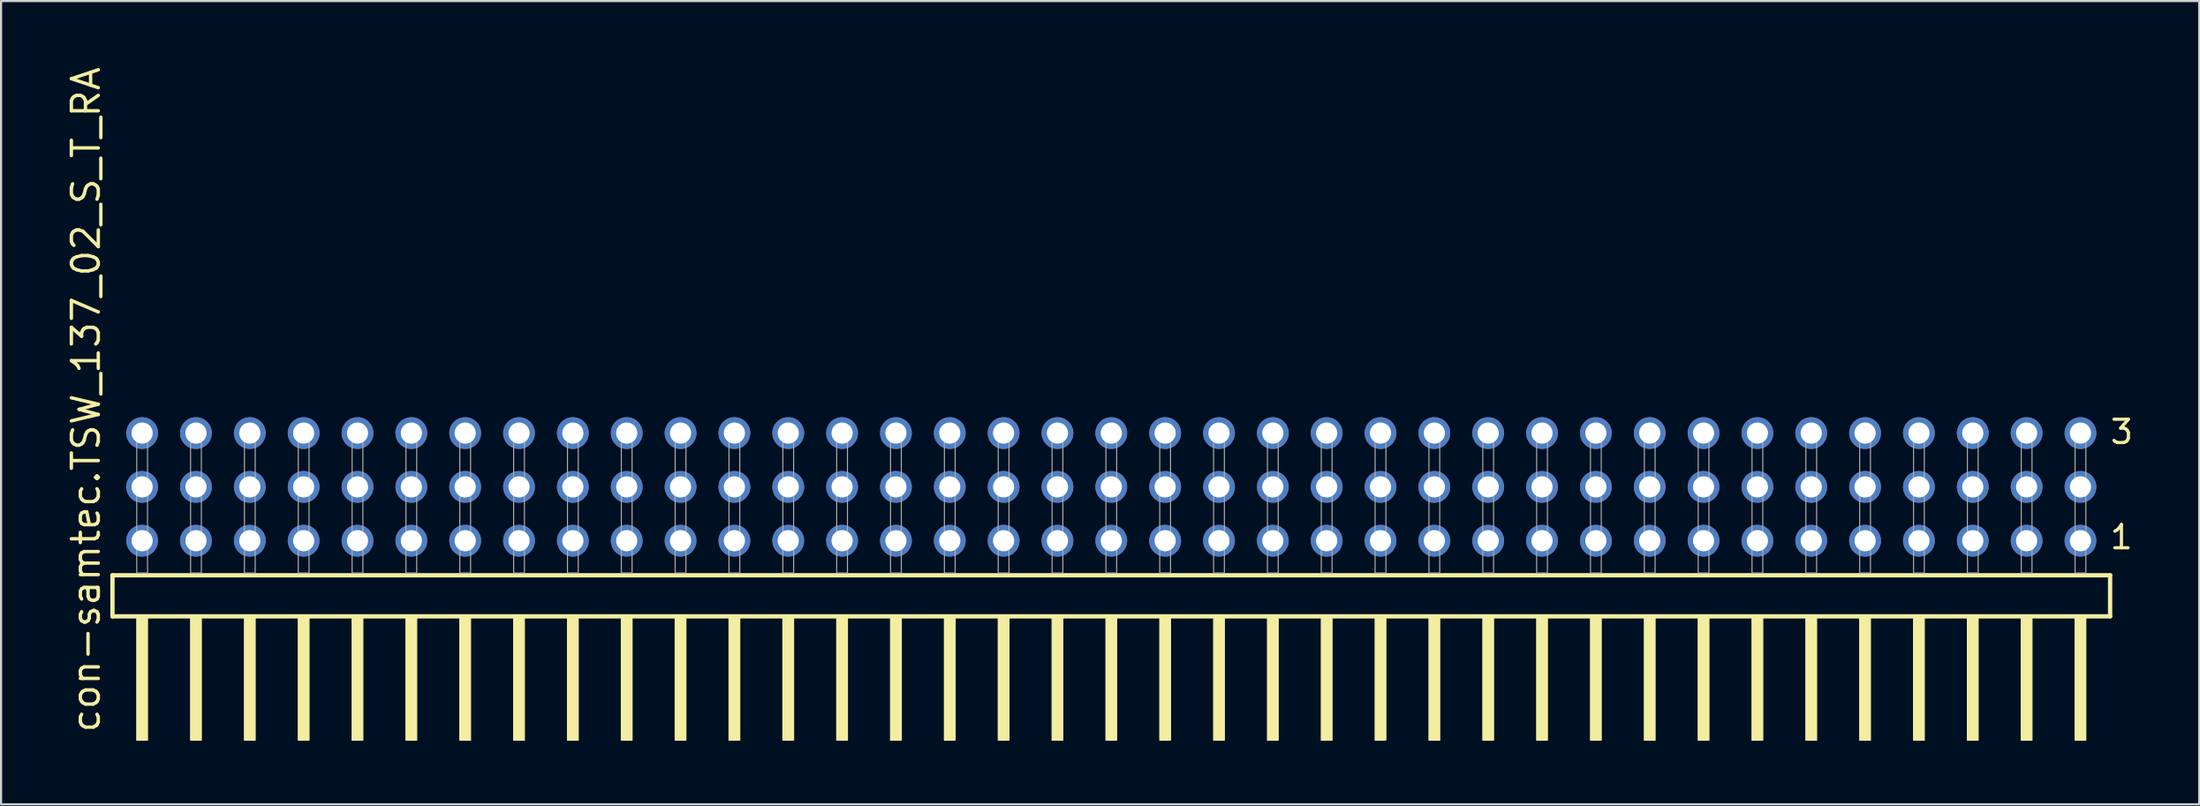
<source format=kicad_pcb>
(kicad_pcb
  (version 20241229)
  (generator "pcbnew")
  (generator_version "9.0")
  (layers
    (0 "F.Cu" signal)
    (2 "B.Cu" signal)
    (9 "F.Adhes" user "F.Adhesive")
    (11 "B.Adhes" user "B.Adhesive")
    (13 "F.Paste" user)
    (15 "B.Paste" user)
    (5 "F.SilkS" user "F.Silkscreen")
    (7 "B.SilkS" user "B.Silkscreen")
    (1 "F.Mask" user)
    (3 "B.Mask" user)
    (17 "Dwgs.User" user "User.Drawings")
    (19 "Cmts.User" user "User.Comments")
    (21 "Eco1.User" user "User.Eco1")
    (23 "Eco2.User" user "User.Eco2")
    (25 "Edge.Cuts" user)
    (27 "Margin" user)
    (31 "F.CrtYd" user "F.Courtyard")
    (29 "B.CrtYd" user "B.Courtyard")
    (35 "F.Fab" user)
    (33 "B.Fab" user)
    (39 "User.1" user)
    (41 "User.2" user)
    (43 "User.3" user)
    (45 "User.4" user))
  (footprint "con-samtec.TSW_137_02_S_T_RA"
    (layer "F.Cu")
    (at 49.375 23.993)
    (property "Reference" "con-samtec.TSW_137_02_S_T_RA" (at -47.625 7.62 90) (layer "F.SilkS") (effects (font (size 1.27 1.27) (thickness 0.16)) (justify left bottom)))
    (attr through_hole)
    (fp_line (start -47.119 0.106) (end -47.119 2.046) (stroke (width 0.203) (type default)) (layer "F.SilkS"))
    (fp_line (start -47.119 2.046) (end 47.119 2.046) (stroke (width 0.203) (type default)) (layer "F.SilkS"))
    (fp_line (start 47.119 0.106) (end -47.119 0.106) (stroke (width 0.203) (type default)) (layer "F.SilkS"))
    (fp_line (start 47.119 2.046) (end 47.119 0.106) (stroke (width 0.203) (type default)) (layer "F.SilkS"))
    (fp_rect (start -45.974 7.89) (end -45.466 2.04) (stroke (width 0.05) (type default)) (fill yes) (layer "F.SilkS"))
    (fp_rect (start -43.434 7.89) (end -42.926 2.04) (stroke (width 0.05) (type default)) (fill yes) (layer "F.SilkS"))
    (fp_rect (start -40.894 7.89) (end -40.386 2.04) (stroke (width 0.05) (type default)) (fill yes) (layer "F.SilkS"))
    (fp_rect (start -38.354 7.89) (end -37.846 2.04) (stroke (width 0.05) (type default)) (fill yes) (layer "F.SilkS"))
    (fp_rect (start -35.814 7.89) (end -35.306 2.04) (stroke (width 0.05) (type default)) (fill yes) (layer "F.SilkS"))
    (fp_rect (start -33.274 7.89) (end -32.766 2.04) (stroke (width 0.05) (type default)) (fill yes) (layer "F.SilkS"))
    (fp_rect (start -30.734 7.89) (end -30.226 2.04) (stroke (width 0.05) (type default)) (fill yes) (layer "F.SilkS"))
    (fp_rect (start -28.194 7.89) (end -27.686 2.04) (stroke (width 0.05) (type default)) (fill yes) (layer "F.SilkS"))
    (fp_rect (start -25.654 7.89) (end -25.146 2.04) (stroke (width 0.05) (type default)) (fill yes) (layer "F.SilkS"))
    (fp_rect (start -23.114 7.89) (end -22.606 2.04) (stroke (width 0.05) (type default)) (fill yes) (layer "F.SilkS"))
    (fp_rect (start -20.574 7.89) (end -20.066 2.04) (stroke (width 0.05) (type default)) (fill yes) (layer "F.SilkS"))
    (fp_rect (start -18.034 7.89) (end -17.526 2.04) (stroke (width 0.05) (type default)) (fill yes) (layer "F.SilkS"))
    (fp_rect (start -15.494 7.89) (end -14.986 2.04) (stroke (width 0.05) (type default)) (fill yes) (layer "F.SilkS"))
    (fp_rect (start -12.954 7.89) (end -12.446 2.04) (stroke (width 0.05) (type default)) (fill yes) (layer "F.SilkS"))
    (fp_rect (start -10.414 7.89) (end -9.906 2.04) (stroke (width 0.05) (type default)) (fill yes) (layer "F.SilkS"))
    (fp_rect (start -7.874 7.89) (end -7.366 2.04) (stroke (width 0.05) (type default)) (fill yes) (layer "F.SilkS"))
    (fp_rect (start -5.334 7.89) (end -4.826 2.04) (stroke (width 0.05) (type default)) (fill yes) (layer "F.SilkS"))
    (fp_rect (start -2.794 7.89) (end -2.286 2.04) (stroke (width 0.05) (type default)) (fill yes) (layer "F.SilkS"))
    (fp_rect (start -0.254 7.89) (end 0.254 2.04) (stroke (width 0.05) (type default)) (fill yes) (layer "F.SilkS"))
    (fp_rect (start 2.286 7.89) (end 2.794 2.04) (stroke (width 0.05) (type default)) (fill yes) (layer "F.SilkS"))
    (fp_rect (start 4.826 7.89) (end 5.334 2.04) (stroke (width 0.05) (type default)) (fill yes) (layer "F.SilkS"))
    (fp_rect (start 7.366 7.89) (end 7.874 2.04) (stroke (width 0.05) (type default)) (fill yes) (layer "F.SilkS"))
    (fp_rect (start 9.906 7.89) (end 10.414 2.04) (stroke (width 0.05) (type default)) (fill yes) (layer "F.SilkS"))
    (fp_rect (start 12.446 7.89) (end 12.954 2.04) (stroke (width 0.05) (type default)) (fill yes) (layer "F.SilkS"))
    (fp_rect (start 14.986 7.89) (end 15.494 2.04) (stroke (width 0.05) (type default)) (fill yes) (layer "F.SilkS"))
    (fp_rect (start 17.526 7.89) (end 18.034 2.04) (stroke (width 0.05) (type default)) (fill yes) (layer "F.SilkS"))
    (fp_rect (start 20.066 7.89) (end 20.574 2.04) (stroke (width 0.05) (type default)) (fill yes) (layer "F.SilkS"))
    (fp_rect (start 22.606 7.89) (end 23.114 2.04) (stroke (width 0.05) (type default)) (fill yes) (layer "F.SilkS"))
    (fp_rect (start 25.146 7.89) (end 25.654 2.04) (stroke (width 0.05) (type default)) (fill yes) (layer "F.SilkS"))
    (fp_rect (start 27.686 7.89) (end 28.194 2.04) (stroke (width 0.05) (type default)) (fill yes) (layer "F.SilkS"))
    (fp_rect (start 30.226 7.89) (end 30.734 2.04) (stroke (width 0.05) (type default)) (fill yes) (layer "F.SilkS"))
    (fp_rect (start 32.766 7.89) (end 33.274 2.04) (stroke (width 0.05) (type default)) (fill yes) (layer "F.SilkS"))
    (fp_rect (start 35.306 7.89) (end 35.814 2.04) (stroke (width 0.05) (type default)) (fill yes) (layer "F.SilkS"))
    (fp_rect (start 37.846 7.89) (end 38.354 2.04) (stroke (width 0.05) (type default)) (fill yes) (layer "F.SilkS"))
    (fp_rect (start 40.386 7.89) (end 40.894 2.04) (stroke (width 0.05) (type default)) (fill yes) (layer "F.SilkS"))
    (fp_rect (start 42.926 7.89) (end 43.434 2.04) (stroke (width 0.05) (type default)) (fill yes) (layer "F.SilkS"))
    (fp_rect (start 45.466 7.89) (end 45.974 2.04) (stroke (width 0.05) (type default)) (fill yes) (layer "F.SilkS"))
    (fp_rect (start -45.974 0) (end -45.466 -6.858) (stroke (width 0.05) (type default)) (fill no) (layer "F.Fab"))
    (fp_rect (start -43.434 0) (end -42.926 -6.858) (stroke (width 0.05) (type default)) (fill no) (layer "F.Fab"))
    (fp_rect (start -40.894 0) (end -40.386 -6.858) (stroke (width 0.05) (type default)) (fill no) (layer "F.Fab"))
    (fp_rect (start -38.354 0) (end -37.846 -6.858) (stroke (width 0.05) (type default)) (fill no) (layer "F.Fab"))
    (fp_rect (start -35.814 0) (end -35.306 -6.858) (stroke (width 0.05) (type default)) (fill no) (layer "F.Fab"))
    (fp_rect (start -33.274 0) (end -32.766 -6.858) (stroke (width 0.05) (type default)) (fill no) (layer "F.Fab"))
    (fp_rect (start -30.734 0) (end -30.226 -6.858) (stroke (width 0.05) (type default)) (fill no) (layer "F.Fab"))
    (fp_rect (start -28.194 0) (end -27.686 -6.858) (stroke (width 0.05) (type default)) (fill no) (layer "F.Fab"))
    (fp_rect (start -25.654 0) (end -25.146 -6.858) (stroke (width 0.05) (type default)) (fill no) (layer "F.Fab"))
    (fp_rect (start -23.114 0) (end -22.606 -6.858) (stroke (width 0.05) (type default)) (fill no) (layer "F.Fab"))
    (fp_rect (start -20.574 0) (end -20.066 -6.858) (stroke (width 0.05) (type default)) (fill no) (layer "F.Fab"))
    (fp_rect (start -18.034 0) (end -17.526 -6.858) (stroke (width 0.05) (type default)) (fill no) (layer "F.Fab"))
    (fp_rect (start -15.494 0) (end -14.986 -6.858) (stroke (width 0.05) (type default)) (fill no) (layer "F.Fab"))
    (fp_rect (start -12.954 0) (end -12.446 -6.858) (stroke (width 0.05) (type default)) (fill no) (layer "F.Fab"))
    (fp_rect (start -10.414 0) (end -9.906 -6.858) (stroke (width 0.05) (type default)) (fill no) (layer "F.Fab"))
    (fp_rect (start -7.874 0) (end -7.366 -6.858) (stroke (width 0.05) (type default)) (fill no) (layer "F.Fab"))
    (fp_rect (start -5.334 0) (end -4.826 -6.858) (stroke (width 0.05) (type default)) (fill no) (layer "F.Fab"))
    (fp_rect (start -2.794 0) (end -2.286 -6.858) (stroke (width 0.05) (type default)) (fill no) (layer "F.Fab"))
    (fp_rect (start -0.254 0) (end 0.254 -6.858) (stroke (width 0.05) (type default)) (fill no) (layer "F.Fab"))
    (fp_rect (start 2.286 0) (end 2.794 -6.858) (stroke (width 0.05) (type default)) (fill no) (layer "F.Fab"))
    (fp_rect (start 4.826 0) (end 5.334 -6.858) (stroke (width 0.05) (type default)) (fill no) (layer "F.Fab"))
    (fp_rect (start 7.366 0) (end 7.874 -6.858) (stroke (width 0.05) (type default)) (fill no) (layer "F.Fab"))
    (fp_rect (start 9.906 0) (end 10.414 -6.858) (stroke (width 0.05) (type default)) (fill no) (layer "F.Fab"))
    (fp_rect (start 12.446 0) (end 12.954 -6.858) (stroke (width 0.05) (type default)) (fill no) (layer "F.Fab"))
    (fp_rect (start 14.986 0) (end 15.494 -6.858) (stroke (width 0.05) (type default)) (fill no) (layer "F.Fab"))
    (fp_rect (start 17.526 0) (end 18.034 -6.858) (stroke (width 0.05) (type default)) (fill no) (layer "F.Fab"))
    (fp_rect (start 20.066 0) (end 20.574 -6.858) (stroke (width 0.05) (type default)) (fill no) (layer "F.Fab"))
    (fp_rect (start 22.606 0) (end 23.114 -6.858) (stroke (width 0.05) (type default)) (fill no) (layer "F.Fab"))
    (fp_rect (start 25.146 0) (end 25.654 -6.858) (stroke (width 0.05) (type default)) (fill no) (layer "F.Fab"))
    (fp_rect (start 27.686 0) (end 28.194 -6.858) (stroke (width 0.05) (type default)) (fill no) (layer "F.Fab"))
    (fp_rect (start 30.226 0) (end 30.734 -6.858) (stroke (width 0.05) (type default)) (fill no) (layer "F.Fab"))
    (fp_rect (start 32.766 0) (end 33.274 -6.858) (stroke (width 0.05) (type default)) (fill no) (layer "F.Fab"))
    (fp_rect (start 35.306 0) (end 35.814 -6.858) (stroke (width 0.05) (type default)) (fill no) (layer "F.Fab"))
    (fp_rect (start 37.846 0) (end 38.354 -6.858) (stroke (width 0.05) (type default)) (fill no) (layer "F.Fab"))
    (fp_rect (start 40.386 0) (end 40.894 -6.858) (stroke (width 0.05) (type default)) (fill no) (layer "F.Fab"))
    (fp_rect (start 42.926 0) (end 43.434 -6.858) (stroke (width 0.05) (type default)) (fill no) (layer "F.Fab"))
    (fp_rect (start 45.466 0) (end 45.974 -6.858) (stroke (width 0.05) (type default)) (fill no) (layer "F.Fab"))
    (fp_text user "3" (at 47.045 -6.015 0) (layer "F.SilkS") (effects (font (size 1.1 1.1) (thickness 0.15)) (justify left bottom)))
    (fp_text user "1" (at 47.03 -1.05 0) (layer "F.SilkS") (effects (font (size 1.1 1.1) (thickness 0.15)) (justify left bottom)))
    (pad "1" thru_hole circle (at 45.72 -1.524 180) (size 1.5 1.5) (drill 1) (layers "*.Cu" "*.Mask"))
    (pad "2" thru_hole circle (at 45.72 -4.064 180) (size 1.5 1.5) (drill 1) (layers "*.Cu" "*.Mask"))
    (pad "3" thru_hole circle (at 45.72 -6.604 180) (size 1.5 1.5) (drill 1) (layers "*.Cu" "*.Mask"))
    (pad "4" thru_hole circle (at 43.18 -1.524 180) (size 1.5 1.5) (drill 1) (layers "*.Cu" "*.Mask"))
    (pad "5" thru_hole circle (at 43.18 -4.064 180) (size 1.5 1.5) (drill 1) (layers "*.Cu" "*.Mask"))
    (pad "6" thru_hole circle (at 43.18 -6.604 180) (size 1.5 1.5) (drill 1) (layers "*.Cu" "*.Mask"))
    (pad "7" thru_hole circle (at 40.64 -1.524 180) (size 1.5 1.5) (drill 1) (layers "*.Cu" "*.Mask"))
    (pad "8" thru_hole circle (at 40.64 -4.064 180) (size 1.5 1.5) (drill 1) (layers "*.Cu" "*.Mask"))
    (pad "9" thru_hole circle (at 40.64 -6.604 180) (size 1.5 1.5) (drill 1) (layers "*.Cu" "*.Mask"))
    (pad "10" thru_hole circle (at 38.1 -1.524 180) (size 1.5 1.5) (drill 1) (layers "*.Cu" "*.Mask"))
    (pad "11" thru_hole circle (at 38.1 -4.064 180) (size 1.5 1.5) (drill 1) (layers "*.Cu" "*.Mask"))
    (pad "12" thru_hole circle (at 38.1 -6.604 180) (size 1.5 1.5) (drill 1) (layers "*.Cu" "*.Mask"))
    (pad "13" thru_hole circle (at 35.56 -1.524 180) (size 1.5 1.5) (drill 1) (layers "*.Cu" "*.Mask"))
    (pad "14" thru_hole circle (at 35.56 -4.064 180) (size 1.5 1.5) (drill 1) (layers "*.Cu" "*.Mask"))
    (pad "15" thru_hole circle (at 35.56 -6.604 180) (size 1.5 1.5) (drill 1) (layers "*.Cu" "*.Mask"))
    (pad "16" thru_hole circle (at 33.02 -1.524 180) (size 1.5 1.5) (drill 1) (layers "*.Cu" "*.Mask"))
    (pad "17" thru_hole circle (at 33.02 -4.064 180) (size 1.5 1.5) (drill 1) (layers "*.Cu" "*.Mask"))
    (pad "18" thru_hole circle (at 33.02 -6.604 180) (size 1.5 1.5) (drill 1) (layers "*.Cu" "*.Mask"))
    (pad "19" thru_hole circle (at 30.48 -1.524 180) (size 1.5 1.5) (drill 1) (layers "*.Cu" "*.Mask"))
    (pad "20" thru_hole circle (at 30.48 -4.064 180) (size 1.5 1.5) (drill 1) (layers "*.Cu" "*.Mask"))
    (pad "21" thru_hole circle (at 30.48 -6.604 180) (size 1.5 1.5) (drill 1) (layers "*.Cu" "*.Mask"))
    (pad "22" thru_hole circle (at 27.94 -1.524 180) (size 1.5 1.5) (drill 1) (layers "*.Cu" "*.Mask"))
    (pad "23" thru_hole circle (at 27.94 -4.064 180) (size 1.5 1.5) (drill 1) (layers "*.Cu" "*.Mask"))
    (pad "24" thru_hole circle (at 27.94 -6.604 180) (size 1.5 1.5) (drill 1) (layers "*.Cu" "*.Mask"))
    (pad "25" thru_hole circle (at 25.4 -1.524 180) (size 1.5 1.5) (drill 1) (layers "*.Cu" "*.Mask"))
    (pad "26" thru_hole circle (at 25.4 -4.064 180) (size 1.5 1.5) (drill 1) (layers "*.Cu" "*.Mask"))
    (pad "27" thru_hole circle (at 25.4 -6.604 180) (size 1.5 1.5) (drill 1) (layers "*.Cu" "*.Mask"))
    (pad "28" thru_hole circle (at 22.86 -1.524 180) (size 1.5 1.5) (drill 1) (layers "*.Cu" "*.Mask"))
    (pad "29" thru_hole circle (at 22.86 -4.064 180) (size 1.5 1.5) (drill 1) (layers "*.Cu" "*.Mask"))
    (pad "30" thru_hole circle (at 22.86 -6.604 180) (size 1.5 1.5) (drill 1) (layers "*.Cu" "*.Mask"))
    (pad "31" thru_hole circle (at 20.32 -1.524 180) (size 1.5 1.5) (drill 1) (layers "*.Cu" "*.Mask"))
    (pad "32" thru_hole circle (at 20.32 -4.064 180) (size 1.5 1.5) (drill 1) (layers "*.Cu" "*.Mask"))
    (pad "33" thru_hole circle (at 20.32 -6.604 180) (size 1.5 1.5) (drill 1) (layers "*.Cu" "*.Mask"))
    (pad "34" thru_hole circle (at 17.78 -1.524 180) (size 1.5 1.5) (drill 1) (layers "*.Cu" "*.Mask"))
    (pad "35" thru_hole circle (at 17.78 -4.064 180) (size 1.5 1.5) (drill 1) (layers "*.Cu" "*.Mask"))
    (pad "36" thru_hole circle (at 17.78 -6.604 180) (size 1.5 1.5) (drill 1) (layers "*.Cu" "*.Mask"))
    (pad "37" thru_hole circle (at 15.24 -1.524 180) (size 1.5 1.5) (drill 1) (layers "*.Cu" "*.Mask"))
    (pad "38" thru_hole circle (at 15.24 -4.064 180) (size 1.5 1.5) (drill 1) (layers "*.Cu" "*.Mask"))
    (pad "39" thru_hole circle (at 15.24 -6.604 180) (size 1.5 1.5) (drill 1) (layers "*.Cu" "*.Mask"))
    (pad "40" thru_hole circle (at 12.7 -1.524 180) (size 1.5 1.5) (drill 1) (layers "*.Cu" "*.Mask"))
    (pad "41" thru_hole circle (at 12.7 -4.064 180) (size 1.5 1.5) (drill 1) (layers "*.Cu" "*.Mask"))
    (pad "42" thru_hole circle (at 12.7 -6.604 180) (size 1.5 1.5) (drill 1) (layers "*.Cu" "*.Mask"))
    (pad "43" thru_hole circle (at 10.16 -1.524 180) (size 1.5 1.5) (drill 1) (layers "*.Cu" "*.Mask"))
    (pad "44" thru_hole circle (at 10.16 -4.064 180) (size 1.5 1.5) (drill 1) (layers "*.Cu" "*.Mask"))
    (pad "45" thru_hole circle (at 10.16 -6.604 180) (size 1.5 1.5) (drill 1) (layers "*.Cu" "*.Mask"))
    (pad "46" thru_hole circle (at 7.62 -1.524 180) (size 1.5 1.5) (drill 1) (layers "*.Cu" "*.Mask"))
    (pad "47" thru_hole circle (at 7.62 -4.064 180) (size 1.5 1.5) (drill 1) (layers "*.Cu" "*.Mask"))
    (pad "48" thru_hole circle (at 7.62 -6.604 180) (size 1.5 1.5) (drill 1) (layers "*.Cu" "*.Mask"))
    (pad "49" thru_hole circle (at 5.08 -1.524 180) (size 1.5 1.5) (drill 1) (layers "*.Cu" "*.Mask"))
    (pad "50" thru_hole circle (at 5.08 -4.064 180) (size 1.5 1.5) (drill 1) (layers "*.Cu" "*.Mask"))
    (pad "51" thru_hole circle (at 5.08 -6.604 180) (size 1.5 1.5) (drill 1) (layers "*.Cu" "*.Mask"))
    (pad "52" thru_hole circle (at 2.54 -1.524 180) (size 1.5 1.5) (drill 1) (layers "*.Cu" "*.Mask"))
    (pad "53" thru_hole circle (at 2.54 -4.064 180) (size 1.5 1.5) (drill 1) (layers "*.Cu" "*.Mask"))
    (pad "54" thru_hole circle (at 2.54 -6.604 180) (size 1.5 1.5) (drill 1) (layers "*.Cu" "*.Mask"))
    (pad "55" thru_hole circle (at 0 -1.524 180) (size 1.5 1.5) (drill 1) (layers "*.Cu" "*.Mask"))
    (pad "56" thru_hole circle (at 0 -4.064 180) (size 1.5 1.5) (drill 1) (layers "*.Cu" "*.Mask"))
    (pad "57" thru_hole circle (at 0 -6.604 180) (size 1.5 1.5) (drill 1) (layers "*.Cu" "*.Mask"))
    (pad "58" thru_hole circle (at -2.54 -1.524 180) (size 1.5 1.5) (drill 1) (layers "*.Cu" "*.Mask"))
    (pad "59" thru_hole circle (at -2.54 -4.064 180) (size 1.5 1.5) (drill 1) (layers "*.Cu" "*.Mask"))
    (pad "60" thru_hole circle (at -2.54 -6.604 180) (size 1.5 1.5) (drill 1) (layers "*.Cu" "*.Mask"))
    (pad "61" thru_hole circle (at -5.08 -1.524 180) (size 1.5 1.5) (drill 1) (layers "*.Cu" "*.Mask"))
    (pad "62" thru_hole circle (at -5.08 -4.064 180) (size 1.5 1.5) (drill 1) (layers "*.Cu" "*.Mask"))
    (pad "63" thru_hole circle (at -5.08 -6.604 180) (size 1.5 1.5) (drill 1) (layers "*.Cu" "*.Mask"))
    (pad "64" thru_hole circle (at -7.62 -1.524 180) (size 1.5 1.5) (drill 1) (layers "*.Cu" "*.Mask"))
    (pad "65" thru_hole circle (at -7.62 -4.064 180) (size 1.5 1.5) (drill 1) (layers "*.Cu" "*.Mask"))
    (pad "66" thru_hole circle (at -7.62 -6.604 180) (size 1.5 1.5) (drill 1) (layers "*.Cu" "*.Mask"))
    (pad "67" thru_hole circle (at -10.16 -1.524 180) (size 1.5 1.5) (drill 1) (layers "*.Cu" "*.Mask"))
    (pad "68" thru_hole circle (at -10.16 -4.064 180) (size 1.5 1.5) (drill 1) (layers "*.Cu" "*.Mask"))
    (pad "69" thru_hole circle (at -10.16 -6.604 180) (size 1.5 1.5) (drill 1) (layers "*.Cu" "*.Mask"))
    (pad "70" thru_hole circle (at -12.7 -1.524 180) (size 1.5 1.5) (drill 1) (layers "*.Cu" "*.Mask"))
    (pad "71" thru_hole circle (at -12.7 -4.064 180) (size 1.5 1.5) (drill 1) (layers "*.Cu" "*.Mask"))
    (pad "72" thru_hole circle (at -12.7 -6.604 180) (size 1.5 1.5) (drill 1) (layers "*.Cu" "*.Mask"))
    (pad "73" thru_hole circle (at -15.24 -1.524 180) (size 1.5 1.5) (drill 1) (layers "*.Cu" "*.Mask"))
    (pad "74" thru_hole circle (at -15.24 -4.064 180) (size 1.5 1.5) (drill 1) (layers "*.Cu" "*.Mask"))
    (pad "75" thru_hole circle (at -15.24 -6.604 180) (size 1.5 1.5) (drill 1) (layers "*.Cu" "*.Mask"))
    (pad "76" thru_hole circle (at -17.78 -1.524 180) (size 1.5 1.5) (drill 1) (layers "*.Cu" "*.Mask"))
    (pad "77" thru_hole circle (at -17.78 -4.064 180) (size 1.5 1.5) (drill 1) (layers "*.Cu" "*.Mask"))
    (pad "78" thru_hole circle (at -17.78 -6.604 180) (size 1.5 1.5) (drill 1) (layers "*.Cu" "*.Mask"))
    (pad "79" thru_hole circle (at -20.32 -1.524 180) (size 1.5 1.5) (drill 1) (layers "*.Cu" "*.Mask"))
    (pad "80" thru_hole circle (at -20.32 -4.064 180) (size 1.5 1.5) (drill 1) (layers "*.Cu" "*.Mask"))
    (pad "81" thru_hole circle (at -20.32 -6.604 180) (size 1.5 1.5) (drill 1) (layers "*.Cu" "*.Mask"))
    (pad "82" thru_hole circle (at -22.86 -1.524 180) (size 1.5 1.5) (drill 1) (layers "*.Cu" "*.Mask"))
    (pad "83" thru_hole circle (at -22.86 -4.064 180) (size 1.5 1.5) (drill 1) (layers "*.Cu" "*.Mask"))
    (pad "84" thru_hole circle (at -22.86 -6.604 180) (size 1.5 1.5) (drill 1) (layers "*.Cu" "*.Mask"))
    (pad "85" thru_hole circle (at -25.4 -1.524 180) (size 1.5 1.5) (drill 1) (layers "*.Cu" "*.Mask"))
    (pad "86" thru_hole circle (at -25.4 -4.064 180) (size 1.5 1.5) (drill 1) (layers "*.Cu" "*.Mask"))
    (pad "87" thru_hole circle (at -25.4 -6.604 180) (size 1.5 1.5) (drill 1) (layers "*.Cu" "*.Mask"))
    (pad "88" thru_hole circle (at -27.94 -1.524 180) (size 1.5 1.5) (drill 1) (layers "*.Cu" "*.Mask"))
    (pad "89" thru_hole circle (at -27.94 -4.064 180) (size 1.5 1.5) (drill 1) (layers "*.Cu" "*.Mask"))
    (pad "90" thru_hole circle (at -27.94 -6.604 180) (size 1.5 1.5) (drill 1) (layers "*.Cu" "*.Mask"))
    (pad "91" thru_hole circle (at -30.48 -1.524 180) (size 1.5 1.5) (drill 1) (layers "*.Cu" "*.Mask"))
    (pad "92" thru_hole circle (at -30.48 -4.064 180) (size 1.5 1.5) (drill 1) (layers "*.Cu" "*.Mask"))
    (pad "93" thru_hole circle (at -30.48 -6.604 180) (size 1.5 1.5) (drill 1) (layers "*.Cu" "*.Mask"))
    (pad "94" thru_hole circle (at -33.02 -1.524 180) (size 1.5 1.5) (drill 1) (layers "*.Cu" "*.Mask"))
    (pad "95" thru_hole circle (at -33.02 -4.064 180) (size 1.5 1.5) (drill 1) (layers "*.Cu" "*.Mask"))
    (pad "96" thru_hole circle (at -33.02 -6.604 180) (size 1.5 1.5) (drill 1) (layers "*.Cu" "*.Mask"))
    (pad "97" thru_hole circle (at -35.56 -1.524 180) (size 1.5 1.5) (drill 1) (layers "*.Cu" "*.Mask"))
    (pad "98" thru_hole circle (at -35.56 -4.064 180) (size 1.5 1.5) (drill 1) (layers "*.Cu" "*.Mask"))
    (pad "99" thru_hole circle (at -35.56 -6.604 180) (size 1.5 1.5) (drill 1) (layers "*.Cu" "*.Mask"))
    (pad "100" thru_hole circle (at -38.1 -1.524 180) (size 1.5 1.5) (drill 1) (layers "*.Cu" "*.Mask"))
    (pad "101" thru_hole circle (at -38.1 -4.064 180) (size 1.5 1.5) (drill 1) (layers "*.Cu" "*.Mask"))
    (pad "102" thru_hole circle (at -38.1 -6.604 180) (size 1.5 1.5) (drill 1) (layers "*.Cu" "*.Mask"))
    (pad "103" thru_hole circle (at -40.64 -1.524 180) (size 1.5 1.5) (drill 1) (layers "*.Cu" "*.Mask"))
    (pad "104" thru_hole circle (at -40.64 -4.064 180) (size 1.5 1.5) (drill 1) (layers "*.Cu" "*.Mask"))
    (pad "105" thru_hole circle (at -40.64 -6.604 180) (size 1.5 1.5) (drill 1) (layers "*.Cu" "*.Mask"))
    (pad "106" thru_hole circle (at -43.18 -1.524 180) (size 1.5 1.5) (drill 1) (layers "*.Cu" "*.Mask"))
    (pad "107" thru_hole circle (at -43.18 -4.064 180) (size 1.5 1.5) (drill 1) (layers "*.Cu" "*.Mask"))
    (pad "108" thru_hole circle (at -43.18 -6.604 180) (size 1.5 1.5) (drill 1) (layers "*.Cu" "*.Mask"))
    (pad "109" thru_hole circle (at -45.72 -1.524 180) (size 1.5 1.5) (drill 1) (layers "*.Cu" "*.Mask"))
    (pad "110" thru_hole circle (at -45.72 -4.064 180) (size 1.5 1.5) (drill 1) (layers "*.Cu" "*.Mask"))
    (pad "111" thru_hole circle (at -45.72 -6.604 180) (size 1.5 1.5) (drill 1) (layers "*.Cu" "*.Mask")))
  (gr_rect
    (start -3 -3)
    (end 100.698 34.908)
    (stroke (width 0.1) (type default))
    (fill no)
    (layer "Edge.Cuts")))
</source>
